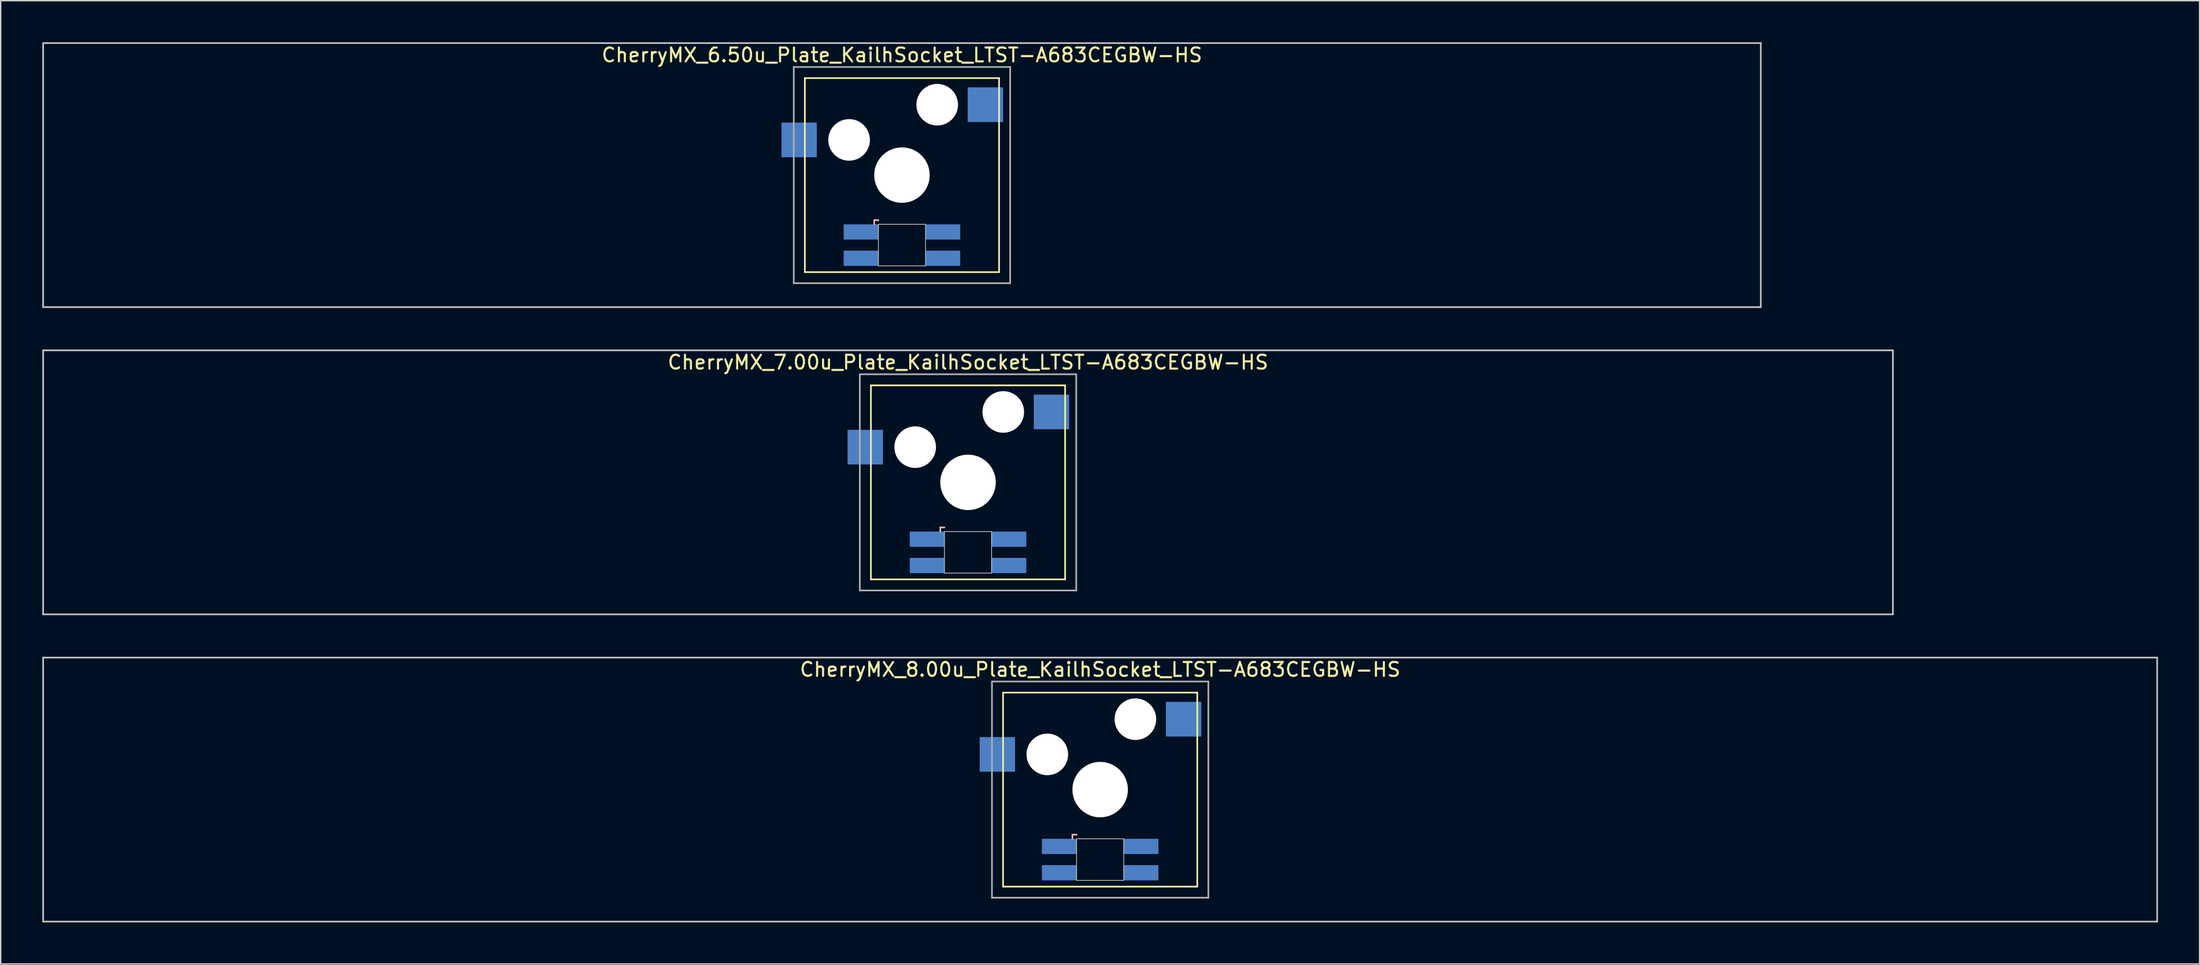
<source format=kicad_pcb>
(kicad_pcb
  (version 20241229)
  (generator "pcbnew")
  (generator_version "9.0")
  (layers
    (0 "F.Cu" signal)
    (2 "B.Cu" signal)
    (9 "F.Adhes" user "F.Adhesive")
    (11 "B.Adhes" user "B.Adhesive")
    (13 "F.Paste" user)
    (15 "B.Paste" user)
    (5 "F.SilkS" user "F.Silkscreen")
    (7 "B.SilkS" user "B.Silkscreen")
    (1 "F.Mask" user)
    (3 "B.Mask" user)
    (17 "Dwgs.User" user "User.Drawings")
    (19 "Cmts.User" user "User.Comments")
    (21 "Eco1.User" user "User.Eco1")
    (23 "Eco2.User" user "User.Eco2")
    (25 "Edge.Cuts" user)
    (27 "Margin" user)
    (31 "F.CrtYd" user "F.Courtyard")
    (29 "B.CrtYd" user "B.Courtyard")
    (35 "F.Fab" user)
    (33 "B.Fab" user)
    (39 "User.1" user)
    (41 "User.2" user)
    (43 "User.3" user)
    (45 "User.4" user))
  (footprint "CherryMX_6.50u_Plate_KailhSocket_LTST-A683CEGBW-HS"
    (layer "F.Cu")
    (at 61.972 9.585)
    (property "Reference" "CherryMX_6.50u_Plate_KailhSocket_LTST-A683CEGBW-HS" (at 0 -8.662 0) (layer "F.SilkS") (effects (font (size 1 1) (thickness 0.15))))
    (attr through_hole)
    (fp_line (start -7 -7) (end -7 7) (stroke (width 0.12) (type solid)) (layer "F.SilkS"))
    (fp_line (start -7 -7) (end 7 -7) (stroke (width 0.12) (type solid)) (layer "F.SilkS"))
    (fp_line (start 7 -7) (end 7 7) (stroke (width 0.12) (type solid)) (layer "F.SilkS"))
    (fp_line (start 7 7) (end -7 7) (stroke (width 0.12) (type solid)) (layer "F.SilkS"))
    (fp_line (start -2 3.25) (end -2 3.55) (stroke (width 0.12) (type solid)) (layer "B.SilkS"))
    (fp_line (start -1.7 3.25) (end -2 3.25) (stroke (width 0.12) (type solid)) (layer "B.SilkS"))
    (fp_line (start -61.913 -9.525) (end 61.913 -9.525) (stroke (width 0.12) (type solid)) (layer "Dwgs.User"))
    (fp_line (start -61.913 9.525) (end -61.913 -9.525) (stroke (width 0.12) (type solid)) (layer "Dwgs.User"))
    (fp_line (start 61.913 -9.525) (end 61.913 9.525) (stroke (width 0.12) (type solid)) (layer "Dwgs.User"))
    (fp_line (start 61.913 9.525) (end -61.913 9.525) (stroke (width 0.12) (type solid)) (layer "Dwgs.User"))
    (fp_line (start -1.7 3.55) (end 1.7 3.55) (stroke (width 0.05) (type solid)) (layer "Edge.Cuts"))
    (fp_line (start -1.7 6.55) (end -1.7 3.55) (stroke (width 0.05) (type solid)) (layer "Edge.Cuts"))
    (fp_line (start 1.7 3.55) (end 1.7 6.55) (stroke (width 0.05) (type solid)) (layer "Edge.Cuts"))
    (fp_line (start 1.7 6.55) (end -1.7 6.55) (stroke (width 0.05) (type solid)) (layer "Edge.Cuts"))
    (fp_line (start -7.8 -7.8) (end -7.8 7.8) (stroke (width 0.12) (type solid)) (layer "F.Fab"))
    (fp_line (start -7.8 -7.8) (end 7.8 -7.8) (stroke (width 0.12) (type solid)) (layer "F.Fab"))
    (fp_line (start -7.8 7.8) (end 7.8 7.8) (stroke (width 0.12) (type solid)) (layer "F.Fab"))
    (fp_line (start 7.8 -7.8) (end 7.8 7.8) (stroke (width 0.12) (type solid)) (layer "F.Fab"))
    (pad "" np_thru_hole circle (at -3.81 -2.54) (size 3 3) (drill 3) (layers "*.Cu" "*.Mask"))
    (pad "" np_thru_hole circle (at 0 0) (size 4 4) (drill 4) (layers "*.Cu" "*.Mask"))
    (pad "" np_thru_hole circle (at 2.54 -5.08) (size 3 3) (drill 3) (layers "*.Cu" "*.Mask"))
    (pad "1" smd rect (at -7.41 -2.54) (size 2.55 2.5) (layers "B.Cu" "B.Mask" "B.Paste"))
    (pad "2" smd rect (at 6.015 -5.08) (size 2.55 2.5) (layers "B.Cu" "B.Mask" "B.Paste"))
    (pad "3" smd rect (at -2.95 4.1) (size 2.5 1.1) (layers "B.Cu" "B.Mask" "B.Paste"))
    (pad "4" smd rect (at -2.95 6) (size 2.5 1.1) (layers "B.Cu" "B.Mask" "B.Paste"))
    (pad "5" smd rect (at 2.95 4.1) (size 2.5 1.1) (layers "B.Cu" "B.Mask" "B.Paste"))
    (pad "6" smd rect (at 2.95 6) (size 2.5 1.1) (layers "B.Cu" "B.Mask" "B.Paste")))
  (footprint "CherryMX_7.00u_Plate_KailhSocket_LTST-A683CEGBW-HS"
    (layer "F.Cu")
    (at 66.735 31.755)
    (property "Reference" "CherryMX_7.00u_Plate_KailhSocket_LTST-A683CEGBW-HS" (at 0 -8.662 0) (layer "F.SilkS") (effects (font (size 1 1) (thickness 0.15))))
    (attr through_hole)
    (fp_line (start -7 -7) (end -7 7) (stroke (width 0.12) (type solid)) (layer "F.SilkS"))
    (fp_line (start -7 -7) (end 7 -7) (stroke (width 0.12) (type solid)) (layer "F.SilkS"))
    (fp_line (start 7 -7) (end 7 7) (stroke (width 0.12) (type solid)) (layer "F.SilkS"))
    (fp_line (start 7 7) (end -7 7) (stroke (width 0.12) (type solid)) (layer "F.SilkS"))
    (fp_line (start -2 3.25) (end -2 3.55) (stroke (width 0.12) (type solid)) (layer "B.SilkS"))
    (fp_line (start -1.7 3.25) (end -2 3.25) (stroke (width 0.12) (type solid)) (layer "B.SilkS"))
    (fp_line (start -66.675 -9.525) (end 66.675 -9.525) (stroke (width 0.12) (type solid)) (layer "Dwgs.User"))
    (fp_line (start -66.675 9.525) (end -66.675 -9.525) (stroke (width 0.12) (type solid)) (layer "Dwgs.User"))
    (fp_line (start 66.675 -9.525) (end 66.675 9.525) (stroke (width 0.12) (type solid)) (layer "Dwgs.User"))
    (fp_line (start 66.675 9.525) (end -66.675 9.525) (stroke (width 0.12) (type solid)) (layer "Dwgs.User"))
    (fp_line (start -1.7 3.55) (end 1.7 3.55) (stroke (width 0.05) (type solid)) (layer "Edge.Cuts"))
    (fp_line (start -1.7 6.55) (end -1.7 3.55) (stroke (width 0.05) (type solid)) (layer "Edge.Cuts"))
    (fp_line (start 1.7 3.55) (end 1.7 6.55) (stroke (width 0.05) (type solid)) (layer "Edge.Cuts"))
    (fp_line (start 1.7 6.55) (end -1.7 6.55) (stroke (width 0.05) (type solid)) (layer "Edge.Cuts"))
    (fp_line (start -7.8 -7.8) (end -7.8 7.8) (stroke (width 0.12) (type solid)) (layer "F.Fab"))
    (fp_line (start -7.8 -7.8) (end 7.8 -7.8) (stroke (width 0.12) (type solid)) (layer "F.Fab"))
    (fp_line (start -7.8 7.8) (end 7.8 7.8) (stroke (width 0.12) (type solid)) (layer "F.Fab"))
    (fp_line (start 7.8 -7.8) (end 7.8 7.8) (stroke (width 0.12) (type solid)) (layer "F.Fab"))
    (pad "" np_thru_hole circle (at -3.81 -2.54) (size 3 3) (drill 3) (layers "*.Cu" "*.Mask"))
    (pad "" np_thru_hole circle (at 0 0) (size 4 4) (drill 4) (layers "*.Cu" "*.Mask"))
    (pad "" np_thru_hole circle (at 2.54 -5.08) (size 3 3) (drill 3) (layers "*.Cu" "*.Mask"))
    (pad "1" smd rect (at -7.41 -2.54) (size 2.55 2.5) (layers "B.Cu" "B.Mask" "B.Paste"))
    (pad "2" smd rect (at 6.015 -5.08) (size 2.55 2.5) (layers "B.Cu" "B.Mask" "B.Paste"))
    (pad "3" smd rect (at -2.95 4.1) (size 2.5 1.1) (layers "B.Cu" "B.Mask" "B.Paste"))
    (pad "4" smd rect (at -2.95 6) (size 2.5 1.1) (layers "B.Cu" "B.Mask" "B.Paste"))
    (pad "5" smd rect (at 2.95 4.1) (size 2.5 1.1) (layers "B.Cu" "B.Mask" "B.Paste"))
    (pad "6" smd rect (at 2.95 6) (size 2.5 1.1) (layers "B.Cu" "B.Mask" "B.Paste")))
  (footprint "CherryMX_8.00u_Plate_KailhSocket_LTST-A683CEGBW-HS"
    (layer "F.Cu")
    (at 76.26 53.925)
    (property "Reference" "CherryMX_8.00u_Plate_KailhSocket_LTST-A683CEGBW-HS" (at 0 -8.662 0) (layer "F.SilkS") (effects (font (size 1 1) (thickness 0.15))))
    (attr through_hole)
    (fp_line (start -7 -7) (end -7 7) (stroke (width 0.12) (type solid)) (layer "F.SilkS"))
    (fp_line (start -7 -7) (end 7 -7) (stroke (width 0.12) (type solid)) (layer "F.SilkS"))
    (fp_line (start 7 -7) (end 7 7) (stroke (width 0.12) (type solid)) (layer "F.SilkS"))
    (fp_line (start 7 7) (end -7 7) (stroke (width 0.12) (type solid)) (layer "F.SilkS"))
    (fp_line (start -2 3.25) (end -2 3.55) (stroke (width 0.12) (type solid)) (layer "B.SilkS"))
    (fp_line (start -1.7 3.25) (end -2 3.25) (stroke (width 0.12) (type solid)) (layer "B.SilkS"))
    (fp_line (start -76.2 -9.525) (end 76.2 -9.525) (stroke (width 0.12) (type solid)) (layer "Dwgs.User"))
    (fp_line (start -76.2 9.525) (end -76.2 -9.525) (stroke (width 0.12) (type solid)) (layer "Dwgs.User"))
    (fp_line (start 76.2 -9.525) (end 76.2 9.525) (stroke (width 0.12) (type solid)) (layer "Dwgs.User"))
    (fp_line (start 76.2 9.525) (end -76.2 9.525) (stroke (width 0.12) (type solid)) (layer "Dwgs.User"))
    (fp_line (start -1.7 3.55) (end 1.7 3.55) (stroke (width 0.05) (type solid)) (layer "Edge.Cuts"))
    (fp_line (start -1.7 6.55) (end -1.7 3.55) (stroke (width 0.05) (type solid)) (layer "Edge.Cuts"))
    (fp_line (start 1.7 3.55) (end 1.7 6.55) (stroke (width 0.05) (type solid)) (layer "Edge.Cuts"))
    (fp_line (start 1.7 6.55) (end -1.7 6.55) (stroke (width 0.05) (type solid)) (layer "Edge.Cuts"))
    (fp_line (start -7.8 -7.8) (end -7.8 7.8) (stroke (width 0.12) (type solid)) (layer "F.Fab"))
    (fp_line (start -7.8 -7.8) (end 7.8 -7.8) (stroke (width 0.12) (type solid)) (layer "F.Fab"))
    (fp_line (start -7.8 7.8) (end 7.8 7.8) (stroke (width 0.12) (type solid)) (layer "F.Fab"))
    (fp_line (start 7.8 -7.8) (end 7.8 7.8) (stroke (width 0.12) (type solid)) (layer "F.Fab"))
    (pad "" np_thru_hole circle (at -3.81 -2.54) (size 3 3) (drill 3) (layers "*.Cu" "*.Mask"))
    (pad "" np_thru_hole circle (at 0 0) (size 4 4) (drill 4) (layers "*.Cu" "*.Mask"))
    (pad "" np_thru_hole circle (at 2.54 -5.08) (size 3 3) (drill 3) (layers "*.Cu" "*.Mask"))
    (pad "1" smd rect (at -7.41 -2.54) (size 2.55 2.5) (layers "B.Cu" "B.Mask" "B.Paste"))
    (pad "2" smd rect (at 6.015 -5.08) (size 2.55 2.5) (layers "B.Cu" "B.Mask" "B.Paste"))
    (pad "3" smd rect (at -2.95 4.1) (size 2.5 1.1) (layers "B.Cu" "B.Mask" "B.Paste"))
    (pad "4" smd rect (at -2.95 6) (size 2.5 1.1) (layers "B.Cu" "B.Mask" "B.Paste"))
    (pad "5" smd rect (at 2.95 4.1) (size 2.5 1.1) (layers "B.Cu" "B.Mask" "B.Paste"))
    (pad "6" smd rect (at 2.95 6) (size 2.5 1.1) (layers "B.Cu" "B.Mask" "B.Paste")))
  (gr_rect
    (start -3 -3)
    (end 155.52 66.51)
    (stroke (width 0.1) (type default))
    (fill no)
    (layer "Edge.Cuts")))
</source>
